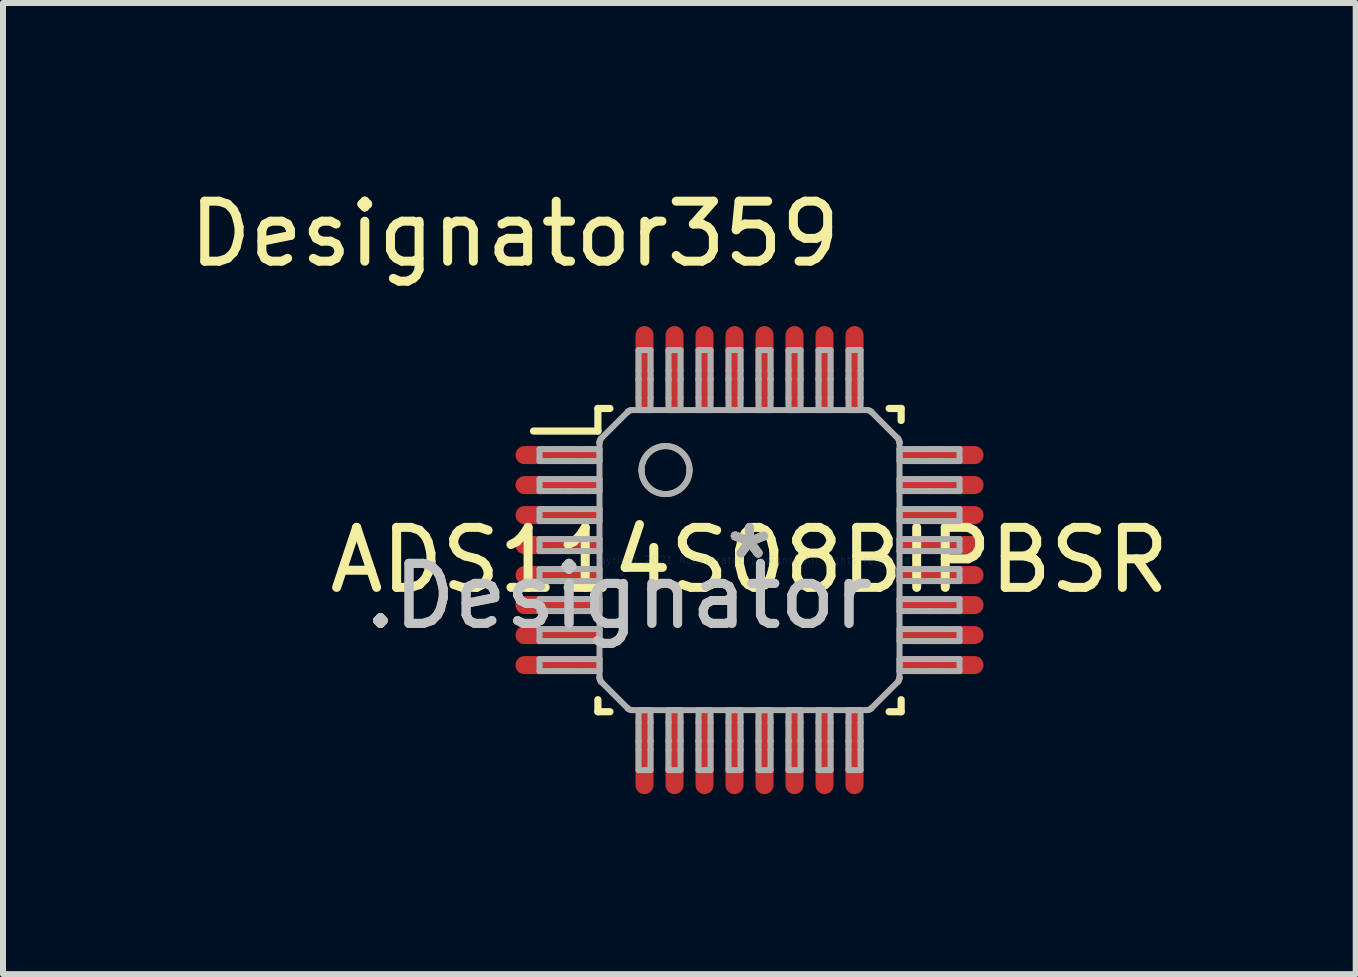
<source format=kicad_pcb>
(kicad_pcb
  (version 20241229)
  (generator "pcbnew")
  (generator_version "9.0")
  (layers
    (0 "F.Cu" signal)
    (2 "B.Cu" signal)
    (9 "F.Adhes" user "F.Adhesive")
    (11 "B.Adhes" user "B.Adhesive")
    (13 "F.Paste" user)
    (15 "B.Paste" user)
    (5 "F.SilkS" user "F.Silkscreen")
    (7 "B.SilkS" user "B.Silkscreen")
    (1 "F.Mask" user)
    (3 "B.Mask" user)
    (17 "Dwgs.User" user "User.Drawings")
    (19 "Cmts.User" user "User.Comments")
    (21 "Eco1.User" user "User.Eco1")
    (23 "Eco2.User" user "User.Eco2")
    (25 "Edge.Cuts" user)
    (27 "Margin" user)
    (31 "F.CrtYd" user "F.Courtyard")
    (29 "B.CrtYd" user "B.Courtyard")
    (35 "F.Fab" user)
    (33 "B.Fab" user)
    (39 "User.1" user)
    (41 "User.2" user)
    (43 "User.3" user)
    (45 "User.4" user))
  (footprint "ADS114S08BIPBSR"
    (layer "F.Cu")
    (at 9.441 6.284)
    (property "Reference" "ADS114S08BIPBSR" (at 0 0 0) (layer "F.SilkS") (effects (font (size 1 1) (thickness 0.15))))
    (attr through_hole)
    (fp_line (start -3.6 -2.15) (end -2.527 -2.15) (stroke (width 0.12) (type solid)) (layer "F.SilkS"))
    (fp_line (start -2.527 -2.527) (end -2.327 -2.527) (stroke (width 0.12) (type solid)) (layer "F.SilkS"))
    (fp_line (start -2.527 -2.15) (end -2.527 -2.527) (stroke (width 0.12) (type solid)) (layer "F.SilkS"))
    (fp_line (start -2.527 2.527) (end -2.527 2.327) (stroke (width 0.12) (type solid)) (layer "F.SilkS"))
    (fp_line (start -2.527 2.527) (end -2.327 2.527) (stroke (width 0.12) (type solid)) (layer "F.SilkS"))
    (fp_line (start 2.327 -2.527) (end 2.527 -2.527) (stroke (width 0.12) (type solid)) (layer "F.SilkS"))
    (fp_line (start 2.327 2.527) (end 2.527 2.527) (stroke (width 0.12) (type solid)) (layer "F.SilkS"))
    (fp_line (start 2.527 -2.327) (end 2.527 -2.527) (stroke (width 0.12) (type solid)) (layer "F.SilkS"))
    (fp_line (start 2.527 2.527) (end 2.527 2.327) (stroke (width 0.12) (type solid)) (layer "F.SilkS"))
    (fp_line (start -3.5 -1.85) (end -3.16 -1.85) (stroke (width 0.1) (type solid)) (layer "F.Fab"))
    (fp_line (start -3.5 -1.65) (end -3.5 -1.85) (stroke (width 0.1) (type solid)) (layer "F.Fab"))
    (fp_line (start -3.5 -1.65) (end -3.16 -1.65) (stroke (width 0.1) (type solid)) (layer "F.Fab"))
    (fp_line (start -3.5 -1.35) (end -3.16 -1.35) (stroke (width 0.1) (type solid)) (layer "F.Fab"))
    (fp_line (start -3.5 -1.15) (end -3.5 -1.35) (stroke (width 0.1) (type solid)) (layer "F.Fab"))
    (fp_line (start -3.5 -1.15) (end -3.16 -1.15) (stroke (width 0.1) (type solid)) (layer "F.Fab"))
    (fp_line (start -3.5 -0.85) (end -3.16 -0.85) (stroke (width 0.1) (type solid)) (layer "F.Fab"))
    (fp_line (start -3.5 -0.65) (end -3.5 -0.85) (stroke (width 0.1) (type solid)) (layer "F.Fab"))
    (fp_line (start -3.5 -0.65) (end -3.16 -0.65) (stroke (width 0.1) (type solid)) (layer "F.Fab"))
    (fp_line (start -3.5 -0.35) (end -3.16 -0.35) (stroke (width 0.1) (type solid)) (layer "F.Fab"))
    (fp_line (start -3.5 -0.15) (end -3.5 -0.35) (stroke (width 0.1) (type solid)) (layer "F.Fab"))
    (fp_line (start -3.5 -0.15) (end -3.16 -0.15) (stroke (width 0.1) (type solid)) (layer "F.Fab"))
    (fp_line (start -3.5 0.15) (end -3.16 0.15) (stroke (width 0.1) (type solid)) (layer "F.Fab"))
    (fp_line (start -3.5 0.35) (end -3.5 0.15) (stroke (width 0.1) (type solid)) (layer "F.Fab"))
    (fp_line (start -3.5 0.35) (end -3.16 0.35) (stroke (width 0.1) (type solid)) (layer "F.Fab"))
    (fp_line (start -3.5 0.65) (end -3.16 0.65) (stroke (width 0.1) (type solid)) (layer "F.Fab"))
    (fp_line (start -3.5 0.85) (end -3.5 0.65) (stroke (width 0.1) (type solid)) (layer "F.Fab"))
    (fp_line (start -3.5 0.85) (end -3.16 0.85) (stroke (width 0.1) (type solid)) (layer "F.Fab"))
    (fp_line (start -3.5 1.15) (end -3.16 1.15) (stroke (width 0.1) (type solid)) (layer "F.Fab"))
    (fp_line (start -3.5 1.35) (end -3.5 1.15) (stroke (width 0.1) (type solid)) (layer "F.Fab"))
    (fp_line (start -3.5 1.35) (end -3.16 1.35) (stroke (width 0.1) (type solid)) (layer "F.Fab"))
    (fp_line (start -3.5 1.65) (end -3.16 1.65) (stroke (width 0.1) (type solid)) (layer "F.Fab"))
    (fp_line (start -3.5 1.85) (end -3.5 1.65) (stroke (width 0.1) (type solid)) (layer "F.Fab"))
    (fp_line (start -3.5 1.85) (end -3.16 1.85) (stroke (width 0.1) (type solid)) (layer "F.Fab"))
    (fp_line (start -3.16 -1.85) (end -3.023 -1.85) (stroke (width 0.1) (type solid)) (layer "F.Fab"))
    (fp_line (start -3.16 -1.65) (end -3.023 -1.65) (stroke (width 0.1) (type solid)) (layer "F.Fab"))
    (fp_line (start -3.16 -1.35) (end -3.023 -1.35) (stroke (width 0.1) (type solid)) (layer "F.Fab"))
    (fp_line (start -3.16 -1.15) (end -3.023 -1.15) (stroke (width 0.1) (type solid)) (layer "F.Fab"))
    (fp_line (start -3.16 -0.85) (end -3.023 -0.85) (stroke (width 0.1) (type solid)) (layer "F.Fab"))
    (fp_line (start -3.16 -0.65) (end -3.023 -0.65) (stroke (width 0.1) (type solid)) (layer "F.Fab"))
    (fp_line (start -3.16 -0.35) (end -3.023 -0.35) (stroke (width 0.1) (type solid)) (layer "F.Fab"))
    (fp_line (start -3.16 -0.15) (end -3.023 -0.15) (stroke (width 0.1) (type solid)) (layer "F.Fab"))
    (fp_line (start -3.16 0.15) (end -3.023 0.15) (stroke (width 0.1) (type solid)) (layer "F.Fab"))
    (fp_line (start -3.16 0.35) (end -3.023 0.35) (stroke (width 0.1) (type solid)) (layer "F.Fab"))
    (fp_line (start -3.16 0.65) (end -3.023 0.65) (stroke (width 0.1) (type solid)) (layer "F.Fab"))
    (fp_line (start -3.16 0.85) (end -3.023 0.85) (stroke (width 0.1) (type solid)) (layer "F.Fab"))
    (fp_line (start -3.16 1.15) (end -3.023 1.15) (stroke (width 0.1) (type solid)) (layer "F.Fab"))
    (fp_line (start -3.16 1.35) (end -3.023 1.35) (stroke (width 0.1) (type solid)) (layer "F.Fab"))
    (fp_line (start -3.16 1.65) (end -3.023 1.65) (stroke (width 0.1) (type solid)) (layer "F.Fab"))
    (fp_line (start -3.16 1.85) (end -3.023 1.85) (stroke (width 0.1) (type solid)) (layer "F.Fab"))
    (fp_line (start -3.023 -1.85) (end -3.002 -1.85) (stroke (width 0.1) (type solid)) (layer "F.Fab"))
    (fp_line (start -3.023 -1.65) (end -3.002 -1.65) (stroke (width 0.1) (type solid)) (layer "F.Fab"))
    (fp_line (start -3.023 -1.35) (end -3.002 -1.35) (stroke (width 0.1) (type solid)) (layer "F.Fab"))
    (fp_line (start -3.023 -1.15) (end -3.002 -1.15) (stroke (width 0.1) (type solid)) (layer "F.Fab"))
    (fp_line (start -3.023 -0.85) (end -3.002 -0.85) (stroke (width 0.1) (type solid)) (layer "F.Fab"))
    (fp_line (start -3.023 -0.65) (end -3.002 -0.65) (stroke (width 0.1) (type solid)) (layer "F.Fab"))
    (fp_line (start -3.023 -0.35) (end -3.002 -0.35) (stroke (width 0.1) (type solid)) (layer "F.Fab"))
    (fp_line (start -3.023 -0.15) (end -3.002 -0.15) (stroke (width 0.1) (type solid)) (layer "F.Fab"))
    (fp_line (start -3.023 0.15) (end -3.002 0.15) (stroke (width 0.1) (type solid)) (layer "F.Fab"))
    (fp_line (start -3.023 0.35) (end -3.002 0.35) (stroke (width 0.1) (type solid)) (layer "F.Fab"))
    (fp_line (start -3.023 0.65) (end -3.002 0.65) (stroke (width 0.1) (type solid)) (layer "F.Fab"))
    (fp_line (start -3.023 0.85) (end -3.002 0.85) (stroke (width 0.1) (type solid)) (layer "F.Fab"))
    (fp_line (start -3.023 1.15) (end -3.002 1.15) (stroke (width 0.1) (type solid)) (layer "F.Fab"))
    (fp_line (start -3.023 1.35) (end -3.002 1.35) (stroke (width 0.1) (type solid)) (layer "F.Fab"))
    (fp_line (start -3.023 1.65) (end -3.002 1.65) (stroke (width 0.1) (type solid)) (layer "F.Fab"))
    (fp_line (start -3.023 1.85) (end -3.002 1.85) (stroke (width 0.1) (type solid)) (layer "F.Fab"))
    (fp_line (start -3.002 -1.85) (end -2.706 -1.85) (stroke (width 0.1) (type solid)) (layer "F.Fab"))
    (fp_line (start -3.002 -1.65) (end -2.706 -1.65) (stroke (width 0.1) (type solid)) (layer "F.Fab"))
    (fp_line (start -3.002 -1.35) (end -2.706 -1.35) (stroke (width 0.1) (type solid)) (layer "F.Fab"))
    (fp_line (start -3.002 -1.15) (end -2.706 -1.15) (stroke (width 0.1) (type solid)) (layer "F.Fab"))
    (fp_line (start -3.002 -0.85) (end -2.706 -0.85) (stroke (width 0.1) (type solid)) (layer "F.Fab"))
    (fp_line (start -3.002 -0.65) (end -2.706 -0.65) (stroke (width 0.1) (type solid)) (layer "F.Fab"))
    (fp_line (start -3.002 -0.35) (end -2.706 -0.35) (stroke (width 0.1) (type solid)) (layer "F.Fab"))
    (fp_line (start -3.002 -0.15) (end -2.706 -0.15) (stroke (width 0.1) (type solid)) (layer "F.Fab"))
    (fp_line (start -3.002 0.15) (end -2.706 0.15) (stroke (width 0.1) (type solid)) (layer "F.Fab"))
    (fp_line (start -3.002 0.35) (end -2.706 0.35) (stroke (width 0.1) (type solid)) (layer "F.Fab"))
    (fp_line (start -3.002 0.65) (end -2.706 0.65) (stroke (width 0.1) (type solid)) (layer "F.Fab"))
    (fp_line (start -3.002 0.85) (end -2.706 0.85) (stroke (width 0.1) (type solid)) (layer "F.Fab"))
    (fp_line (start -3.002 1.15) (end -2.706 1.15) (stroke (width 0.1) (type solid)) (layer "F.Fab"))
    (fp_line (start -3.002 1.35) (end -2.706 1.35) (stroke (width 0.1) (type solid)) (layer "F.Fab"))
    (fp_line (start -3.002 1.65) (end -2.706 1.65) (stroke (width 0.1) (type solid)) (layer "F.Fab"))
    (fp_line (start -3.002 1.85) (end -2.706 1.85) (stroke (width 0.1) (type solid)) (layer "F.Fab"))
    (fp_line (start -2.706 -1.85) (end -2.5 -1.85) (stroke (width 0.1) (type solid)) (layer "F.Fab"))
    (fp_line (start -2.706 -1.65) (end -2.5 -1.65) (stroke (width 0.1) (type solid)) (layer "F.Fab"))
    (fp_line (start -2.706 -1.35) (end -2.5 -1.35) (stroke (width 0.1) (type solid)) (layer "F.Fab"))
    (fp_line (start -2.706 -1.15) (end -2.5 -1.15) (stroke (width 0.1) (type solid)) (layer "F.Fab"))
    (fp_line (start -2.706 -0.85) (end -2.5 -0.85) (stroke (width 0.1) (type solid)) (layer "F.Fab"))
    (fp_line (start -2.706 -0.65) (end -2.5 -0.65) (stroke (width 0.1) (type solid)) (layer "F.Fab"))
    (fp_line (start -2.706 -0.35) (end -2.5 -0.35) (stroke (width 0.1) (type solid)) (layer "F.Fab"))
    (fp_line (start -2.706 -0.15) (end -2.5 -0.15) (stroke (width 0.1) (type solid)) (layer "F.Fab"))
    (fp_line (start -2.706 0.15) (end -2.5 0.15) (stroke (width 0.1) (type solid)) (layer "F.Fab"))
    (fp_line (start -2.706 0.35) (end -2.5 0.35) (stroke (width 0.1) (type solid)) (layer "F.Fab"))
    (fp_line (start -2.706 0.65) (end -2.5 0.65) (stroke (width 0.1) (type solid)) (layer "F.Fab"))
    (fp_line (start -2.706 0.85) (end -2.5 0.85) (stroke (width 0.1) (type solid)) (layer "F.Fab"))
    (fp_line (start -2.706 1.15) (end -2.5 1.15) (stroke (width 0.1) (type solid)) (layer "F.Fab"))
    (fp_line (start -2.706 1.35) (end -2.5 1.35) (stroke (width 0.1) (type solid)) (layer "F.Fab"))
    (fp_line (start -2.706 1.65) (end -2.5 1.65) (stroke (width 0.1) (type solid)) (layer "F.Fab"))
    (fp_line (start -2.706 1.85) (end -2.5 1.85) (stroke (width 0.1) (type solid)) (layer "F.Fab"))
    (fp_line (start -2.5 -1.959) (end -2.5 -1.959) (stroke (width 0.1) (type solid)) (layer "F.Fab"))
    (fp_line (start -2.5 -1.65) (end -2.5 -1.85) (stroke (width 0.1) (type solid)) (layer "F.Fab"))
    (fp_line (start -2.5 -1.15) (end -2.5 -1.35) (stroke (width 0.1) (type solid)) (layer "F.Fab"))
    (fp_line (start -2.5 -0.65) (end -2.5 -0.85) (stroke (width 0.1) (type solid)) (layer "F.Fab"))
    (fp_line (start -2.5 -0.15) (end -2.5 -0.35) (stroke (width 0.1) (type solid)) (layer "F.Fab"))
    (fp_line (start -2.5 0.35) (end -2.5 0.15) (stroke (width 0.1) (type solid)) (layer "F.Fab"))
    (fp_line (start -2.5 0.85) (end -2.5 0.65) (stroke (width 0.1) (type solid)) (layer "F.Fab"))
    (fp_line (start -2.5 1.35) (end -2.5 1.15) (stroke (width 0.1) (type solid)) (layer "F.Fab"))
    (fp_line (start -2.5 1.85) (end -2.5 1.65) (stroke (width 0.1) (type solid)) (layer "F.Fab"))
    (fp_line (start -2.5 1.959) (end -2.5 -1.959) (stroke (width 0.1) (type solid)) (layer "F.Fab"))
    (fp_line (start -2.5 1.959) (end -2.5 1.959) (stroke (width 0.1) (type solid)) (layer "F.Fab"))
    (fp_line (start -2.471 -2.029) (end -2.471 -2.029) (stroke (width 0.1) (type solid)) (layer "F.Fab"))
    (fp_line (start -2.471 2.029) (end -2.471 2.029) (stroke (width 0.1) (type solid)) (layer "F.Fab"))
    (fp_line (start -2.471 -2.029) (end -2.029 -2.471) (stroke (width 0.1) (type solid)) (layer "F.Fab"))
    (fp_line (start -2.471 2.029) (end -2.029 2.471) (stroke (width 0.1) (type solid)) (layer "F.Fab"))
    (fp_line (start -2.029 -2.471) (end -2.029 -2.471) (stroke (width 0.1) (type solid)) (layer "F.Fab"))
    (fp_line (start -2.029 2.471) (end -2.029 2.471) (stroke (width 0.1) (type solid)) (layer "F.Fab"))
    (fp_line (start -1.959 -2.5) (end -1.959 -2.5) (stroke (width 0.1) (type solid)) (layer "F.Fab"))
    (fp_line (start -1.959 2.5) (end -1.959 2.5) (stroke (width 0.1) (type solid)) (layer "F.Fab"))
    (fp_line (start -1.959 -2.5) (end 1.959 -2.5) (stroke (width 0.1) (type solid)) (layer "F.Fab"))
    (fp_line (start -1.959 2.5) (end 1.959 2.5) (stroke (width 0.1) (type solid)) (layer "F.Fab"))
    (fp_line (start -1.85 -3.5) (end -1.65 -3.5) (stroke (width 0.1) (type solid)) (layer "F.Fab"))
    (fp_line (start -1.85 -3.16) (end -1.85 -3.5) (stroke (width 0.1) (type solid)) (layer "F.Fab"))
    (fp_line (start -1.85 -3.023) (end -1.85 -3.16) (stroke (width 0.1) (type solid)) (layer "F.Fab"))
    (fp_line (start -1.85 -3.002) (end -1.85 -3.023) (stroke (width 0.1) (type solid)) (layer "F.Fab"))
    (fp_line (start -1.85 -2.706) (end -1.85 -3.002) (stroke (width 0.1) (type solid)) (layer "F.Fab"))
    (fp_line (start -1.85 -2.5) (end -1.85 -2.706) (stroke (width 0.1) (type solid)) (layer "F.Fab"))
    (fp_line (start -1.85 -2.5) (end -1.65 -2.5) (stroke (width 0.1) (type solid)) (layer "F.Fab"))
    (fp_line (start -1.85 2.5) (end -1.65 2.5) (stroke (width 0.1) (type solid)) (layer "F.Fab"))
    (fp_line (start -1.85 2.706) (end -1.85 2.5) (stroke (width 0.1) (type solid)) (layer "F.Fab"))
    (fp_line (start -1.85 3.002) (end -1.85 2.706) (stroke (width 0.1) (type solid)) (layer "F.Fab"))
    (fp_line (start -1.85 3.023) (end -1.85 3.002) (stroke (width 0.1) (type solid)) (layer "F.Fab"))
    (fp_line (start -1.85 3.16) (end -1.85 3.023) (stroke (width 0.1) (type solid)) (layer "F.Fab"))
    (fp_line (start -1.85 3.5) (end -1.85 3.16) (stroke (width 0.1) (type solid)) (layer "F.Fab"))
    (fp_line (start -1.85 3.5) (end -1.65 3.5) (stroke (width 0.1) (type solid)) (layer "F.Fab"))
    (fp_line (start -1.65 -3.16) (end -1.65 -3.5) (stroke (width 0.1) (type solid)) (layer "F.Fab"))
    (fp_line (start -1.65 -3.023) (end -1.65 -3.16) (stroke (width 0.1) (type solid)) (layer "F.Fab"))
    (fp_line (start -1.65 -3.002) (end -1.65 -3.023) (stroke (width 0.1) (type solid)) (layer "F.Fab"))
    (fp_line (start -1.65 -2.706) (end -1.65 -3.002) (stroke (width 0.1) (type solid)) (layer "F.Fab"))
    (fp_line (start -1.65 -2.5) (end -1.65 -2.706) (stroke (width 0.1) (type solid)) (layer "F.Fab"))
    (fp_line (start -1.65 2.706) (end -1.65 2.5) (stroke (width 0.1) (type solid)) (layer "F.Fab"))
    (fp_line (start -1.65 3.002) (end -1.65 2.706) (stroke (width 0.1) (type solid)) (layer "F.Fab"))
    (fp_line (start -1.65 3.023) (end -1.65 3.002) (stroke (width 0.1) (type solid)) (layer "F.Fab"))
    (fp_line (start -1.65 3.16) (end -1.65 3.023) (stroke (width 0.1) (type solid)) (layer "F.Fab"))
    (fp_line (start -1.65 3.5) (end -1.65 3.16) (stroke (width 0.1) (type solid)) (layer "F.Fab"))
    (fp_line (start -1.35 -3.5) (end -1.15 -3.5) (stroke (width 0.1) (type solid)) (layer "F.Fab"))
    (fp_line (start -1.35 -3.16) (end -1.35 -3.5) (stroke (width 0.1) (type solid)) (layer "F.Fab"))
    (fp_line (start -1.35 -3.023) (end -1.35 -3.16) (stroke (width 0.1) (type solid)) (layer "F.Fab"))
    (fp_line (start -1.35 -3.002) (end -1.35 -3.023) (stroke (width 0.1) (type solid)) (layer "F.Fab"))
    (fp_line (start -1.35 -2.706) (end -1.35 -3.002) (stroke (width 0.1) (type solid)) (layer "F.Fab"))
    (fp_line (start -1.35 -2.5) (end -1.35 -2.706) (stroke (width 0.1) (type solid)) (layer "F.Fab"))
    (fp_line (start -1.35 -2.5) (end -1.15 -2.5) (stroke (width 0.1) (type solid)) (layer "F.Fab"))
    (fp_line (start -1.35 2.5) (end -1.15 2.5) (stroke (width 0.1) (type solid)) (layer "F.Fab"))
    (fp_line (start -1.35 2.706) (end -1.35 2.5) (stroke (width 0.1) (type solid)) (layer "F.Fab"))
    (fp_line (start -1.35 3.002) (end -1.35 2.706) (stroke (width 0.1) (type solid)) (layer "F.Fab"))
    (fp_line (start -1.35 3.023) (end -1.35 3.002) (stroke (width 0.1) (type solid)) (layer "F.Fab"))
    (fp_line (start -1.35 3.16) (end -1.35 3.023) (stroke (width 0.1) (type solid)) (layer "F.Fab"))
    (fp_line (start -1.35 3.5) (end -1.35 3.16) (stroke (width 0.1) (type solid)) (layer "F.Fab"))
    (fp_line (start -1.35 3.5) (end -1.15 3.5) (stroke (width 0.1) (type solid)) (layer "F.Fab"))
    (fp_line (start -1.15 -3.16) (end -1.15 -3.5) (stroke (width 0.1) (type solid)) (layer "F.Fab"))
    (fp_line (start -1.15 -3.023) (end -1.15 -3.16) (stroke (width 0.1) (type solid)) (layer "F.Fab"))
    (fp_line (start -1.15 -3.002) (end -1.15 -3.023) (stroke (width 0.1) (type solid)) (layer "F.Fab"))
    (fp_line (start -1.15 -2.706) (end -1.15 -3.002) (stroke (width 0.1) (type solid)) (layer "F.Fab"))
    (fp_line (start -1.15 -2.5) (end -1.15 -2.706) (stroke (width 0.1) (type solid)) (layer "F.Fab"))
    (fp_line (start -1.15 2.706) (end -1.15 2.5) (stroke (width 0.1) (type solid)) (layer "F.Fab"))
    (fp_line (start -1.15 3.002) (end -1.15 2.706) (stroke (width 0.1) (type solid)) (layer "F.Fab"))
    (fp_line (start -1.15 3.023) (end -1.15 3.002) (stroke (width 0.1) (type solid)) (layer "F.Fab"))
    (fp_line (start -1.15 3.16) (end -1.15 3.023) (stroke (width 0.1) (type solid)) (layer "F.Fab"))
    (fp_line (start -1.15 3.5) (end -1.15 3.16) (stroke (width 0.1) (type solid)) (layer "F.Fab"))
    (fp_line (start -0.85 -3.5) (end -0.65 -3.5) (stroke (width 0.1) (type solid)) (layer "F.Fab"))
    (fp_line (start -0.85 -3.16) (end -0.85 -3.5) (stroke (width 0.1) (type solid)) (layer "F.Fab"))
    (fp_line (start -0.85 -3.023) (end -0.85 -3.16) (stroke (width 0.1) (type solid)) (layer "F.Fab"))
    (fp_line (start -0.85 -3.002) (end -0.85 -3.023) (stroke (width 0.1) (type solid)) (layer "F.Fab"))
    (fp_line (start -0.85 -2.706) (end -0.85 -3.002) (stroke (width 0.1) (type solid)) (layer "F.Fab"))
    (fp_line (start -0.85 -2.5) (end -0.85 -2.706) (stroke (width 0.1) (type solid)) (layer "F.Fab"))
    (fp_line (start -0.85 -2.5) (end -0.65 -2.5) (stroke (width 0.1) (type solid)) (layer "F.Fab"))
    (fp_line (start -0.85 2.5) (end -0.65 2.5) (stroke (width 0.1) (type solid)) (layer "F.Fab"))
    (fp_line (start -0.85 2.706) (end -0.85 2.5) (stroke (width 0.1) (type solid)) (layer "F.Fab"))
    (fp_line (start -0.85 3.002) (end -0.85 2.706) (stroke (width 0.1) (type solid)) (layer "F.Fab"))
    (fp_line (start -0.85 3.023) (end -0.85 3.002) (stroke (width 0.1) (type solid)) (layer "F.Fab"))
    (fp_line (start -0.85 3.16) (end -0.85 3.023) (stroke (width 0.1) (type solid)) (layer "F.Fab"))
    (fp_line (start -0.85 3.5) (end -0.85 3.16) (stroke (width 0.1) (type solid)) (layer "F.Fab"))
    (fp_line (start -0.85 3.5) (end -0.65 3.5) (stroke (width 0.1) (type solid)) (layer "F.Fab"))
    (fp_line (start -0.65 -3.16) (end -0.65 -3.5) (stroke (width 0.1) (type solid)) (layer "F.Fab"))
    (fp_line (start -0.65 -3.023) (end -0.65 -3.16) (stroke (width 0.1) (type solid)) (layer "F.Fab"))
    (fp_line (start -0.65 -3.002) (end -0.65 -3.023) (stroke (width 0.1) (type solid)) (layer "F.Fab"))
    (fp_line (start -0.65 -2.706) (end -0.65 -3.002) (stroke (width 0.1) (type solid)) (layer "F.Fab"))
    (fp_line (start -0.65 -2.5) (end -0.65 -2.706) (stroke (width 0.1) (type solid)) (layer "F.Fab"))
    (fp_line (start -0.65 2.706) (end -0.65 2.5) (stroke (width 0.1) (type solid)) (layer "F.Fab"))
    (fp_line (start -0.65 3.002) (end -0.65 2.706) (stroke (width 0.1) (type solid)) (layer "F.Fab"))
    (fp_line (start -0.65 3.023) (end -0.65 3.002) (stroke (width 0.1) (type solid)) (layer "F.Fab"))
    (fp_line (start -0.65 3.16) (end -0.65 3.023) (stroke (width 0.1) (type solid)) (layer "F.Fab"))
    (fp_line (start -0.65 3.5) (end -0.65 3.16) (stroke (width 0.1) (type solid)) (layer "F.Fab"))
    (fp_line (start -0.35 -3.5) (end -0.15 -3.5) (stroke (width 0.1) (type solid)) (layer "F.Fab"))
    (fp_line (start -0.35 -3.16) (end -0.35 -3.5) (stroke (width 0.1) (type solid)) (layer "F.Fab"))
    (fp_line (start -0.35 -3.023) (end -0.35 -3.16) (stroke (width 0.1) (type solid)) (layer "F.Fab"))
    (fp_line (start -0.35 -3.002) (end -0.35 -3.023) (stroke (width 0.1) (type solid)) (layer "F.Fab"))
    (fp_line (start -0.35 -2.706) (end -0.35 -3.002) (stroke (width 0.1) (type solid)) (layer "F.Fab"))
    (fp_line (start -0.35 -2.5) (end -0.35 -2.706) (stroke (width 0.1) (type solid)) (layer "F.Fab"))
    (fp_line (start -0.35 -2.5) (end -0.15 -2.5) (stroke (width 0.1) (type solid)) (layer "F.Fab"))
    (fp_line (start -0.35 2.5) (end -0.15 2.5) (stroke (width 0.1) (type solid)) (layer "F.Fab"))
    (fp_line (start -0.35 2.706) (end -0.35 2.5) (stroke (width 0.1) (type solid)) (layer "F.Fab"))
    (fp_line (start -0.35 3.002) (end -0.35 2.706) (stroke (width 0.1) (type solid)) (layer "F.Fab"))
    (fp_line (start -0.35 3.023) (end -0.35 3.002) (stroke (width 0.1) (type solid)) (layer "F.Fab"))
    (fp_line (start -0.35 3.16) (end -0.35 3.023) (stroke (width 0.1) (type solid)) (layer "F.Fab"))
    (fp_line (start -0.35 3.5) (end -0.35 3.16) (stroke (width 0.1) (type solid)) (layer "F.Fab"))
    (fp_line (start -0.35 3.5) (end -0.15 3.5) (stroke (width 0.1) (type solid)) (layer "F.Fab"))
    (fp_line (start -0.15 -3.16) (end -0.15 -3.5) (stroke (width 0.1) (type solid)) (layer "F.Fab"))
    (fp_line (start -0.15 -3.023) (end -0.15 -3.16) (stroke (width 0.1) (type solid)) (layer "F.Fab"))
    (fp_line (start -0.15 -3.002) (end -0.15 -3.023) (stroke (width 0.1) (type solid)) (layer "F.Fab"))
    (fp_line (start -0.15 -2.706) (end -0.15 -3.002) (stroke (width 0.1) (type solid)) (layer "F.Fab"))
    (fp_line (start -0.15 -2.5) (end -0.15 -2.706) (stroke (width 0.1) (type solid)) (layer "F.Fab"))
    (fp_line (start -0.15 2.706) (end -0.15 2.5) (stroke (width 0.1) (type solid)) (layer "F.Fab"))
    (fp_line (start -0.15 3.002) (end -0.15 2.706) (stroke (width 0.1) (type solid)) (layer "F.Fab"))
    (fp_line (start -0.15 3.023) (end -0.15 3.002) (stroke (width 0.1) (type solid)) (layer "F.Fab"))
    (fp_line (start -0.15 3.16) (end -0.15 3.023) (stroke (width 0.1) (type solid)) (layer "F.Fab"))
    (fp_line (start -0.15 3.5) (end -0.15 3.16) (stroke (width 0.1) (type solid)) (layer "F.Fab"))
    (fp_line (start 0.15 -3.5) (end 0.35 -3.5) (stroke (width 0.1) (type solid)) (layer "F.Fab"))
    (fp_line (start 0.15 -3.16) (end 0.15 -3.5) (stroke (width 0.1) (type solid)) (layer "F.Fab"))
    (fp_line (start 0.15 -3.023) (end 0.15 -3.16) (stroke (width 0.1) (type solid)) (layer "F.Fab"))
    (fp_line (start 0.15 -3.002) (end 0.15 -3.023) (stroke (width 0.1) (type solid)) (layer "F.Fab"))
    (fp_line (start 0.15 -2.706) (end 0.15 -3.002) (stroke (width 0.1) (type solid)) (layer "F.Fab"))
    (fp_line (start 0.15 -2.5) (end 0.15 -2.706) (stroke (width 0.1) (type solid)) (layer "F.Fab"))
    (fp_line (start 0.15 -2.5) (end 0.35 -2.5) (stroke (width 0.1) (type solid)) (layer "F.Fab"))
    (fp_line (start 0.15 2.5) (end 0.35 2.5) (stroke (width 0.1) (type solid)) (layer "F.Fab"))
    (fp_line (start 0.15 2.706) (end 0.15 2.5) (stroke (width 0.1) (type solid)) (layer "F.Fab"))
    (fp_line (start 0.15 3.002) (end 0.15 2.706) (stroke (width 0.1) (type solid)) (layer "F.Fab"))
    (fp_line (start 0.15 3.023) (end 0.15 3.002) (stroke (width 0.1) (type solid)) (layer "F.Fab"))
    (fp_line (start 0.15 3.16) (end 0.15 3.023) (stroke (width 0.1) (type solid)) (layer "F.Fab"))
    (fp_line (start 0.15 3.5) (end 0.15 3.16) (stroke (width 0.1) (type solid)) (layer "F.Fab"))
    (fp_line (start 0.15 3.5) (end 0.35 3.5) (stroke (width 0.1) (type solid)) (layer "F.Fab"))
    (fp_line (start 0.35 -3.16) (end 0.35 -3.5) (stroke (width 0.1) (type solid)) (layer "F.Fab"))
    (fp_line (start 0.35 -3.023) (end 0.35 -3.16) (stroke (width 0.1) (type solid)) (layer "F.Fab"))
    (fp_line (start 0.35 -3.002) (end 0.35 -3.023) (stroke (width 0.1) (type solid)) (layer "F.Fab"))
    (fp_line (start 0.35 -2.706) (end 0.35 -3.002) (stroke (width 0.1) (type solid)) (layer "F.Fab"))
    (fp_line (start 0.35 -2.5) (end 0.35 -2.706) (stroke (width 0.1) (type solid)) (layer "F.Fab"))
    (fp_line (start 0.35 2.706) (end 0.35 2.5) (stroke (width 0.1) (type solid)) (layer "F.Fab"))
    (fp_line (start 0.35 3.002) (end 0.35 2.706) (stroke (width 0.1) (type solid)) (layer "F.Fab"))
    (fp_line (start 0.35 3.023) (end 0.35 3.002) (stroke (width 0.1) (type solid)) (layer "F.Fab"))
    (fp_line (start 0.35 3.16) (end 0.35 3.023) (stroke (width 0.1) (type solid)) (layer "F.Fab"))
    (fp_line (start 0.35 3.5) (end 0.35 3.16) (stroke (width 0.1) (type solid)) (layer "F.Fab"))
    (fp_line (start 0.65 -3.5) (end 0.85 -3.5) (stroke (width 0.1) (type solid)) (layer "F.Fab"))
    (fp_line (start 0.65 -3.16) (end 0.65 -3.5) (stroke (width 0.1) (type solid)) (layer "F.Fab"))
    (fp_line (start 0.65 -3.023) (end 0.65 -3.16) (stroke (width 0.1) (type solid)) (layer "F.Fab"))
    (fp_line (start 0.65 -3.002) (end 0.65 -3.023) (stroke (width 0.1) (type solid)) (layer "F.Fab"))
    (fp_line (start 0.65 -2.706) (end 0.65 -3.002) (stroke (width 0.1) (type solid)) (layer "F.Fab"))
    (fp_line (start 0.65 -2.5) (end 0.65 -2.706) (stroke (width 0.1) (type solid)) (layer "F.Fab"))
    (fp_line (start 0.65 -2.5) (end 0.85 -2.5) (stroke (width 0.1) (type solid)) (layer "F.Fab"))
    (fp_line (start 0.65 2.5) (end 0.85 2.5) (stroke (width 0.1) (type solid)) (layer "F.Fab"))
    (fp_line (start 0.65 2.706) (end 0.65 2.5) (stroke (width 0.1) (type solid)) (layer "F.Fab"))
    (fp_line (start 0.65 3.002) (end 0.65 2.706) (stroke (width 0.1) (type solid)) (layer "F.Fab"))
    (fp_line (start 0.65 3.023) (end 0.65 3.002) (stroke (width 0.1) (type solid)) (layer "F.Fab"))
    (fp_line (start 0.65 3.16) (end 0.65 3.023) (stroke (width 0.1) (type solid)) (layer "F.Fab"))
    (fp_line (start 0.65 3.5) (end 0.65 3.16) (stroke (width 0.1) (type solid)) (layer "F.Fab"))
    (fp_line (start 0.65 3.5) (end 0.85 3.5) (stroke (width 0.1) (type solid)) (layer "F.Fab"))
    (fp_line (start 0.85 -3.16) (end 0.85 -3.5) (stroke (width 0.1) (type solid)) (layer "F.Fab"))
    (fp_line (start 0.85 -3.023) (end 0.85 -3.16) (stroke (width 0.1) (type solid)) (layer "F.Fab"))
    (fp_line (start 0.85 -3.002) (end 0.85 -3.023) (stroke (width 0.1) (type solid)) (layer "F.Fab"))
    (fp_line (start 0.85 -2.706) (end 0.85 -3.002) (stroke (width 0.1) (type solid)) (layer "F.Fab"))
    (fp_line (start 0.85 -2.5) (end 0.85 -2.706) (stroke (width 0.1) (type solid)) (layer "F.Fab"))
    (fp_line (start 0.85 2.706) (end 0.85 2.5) (stroke (width 0.1) (type solid)) (layer "F.Fab"))
    (fp_line (start 0.85 3.002) (end 0.85 2.706) (stroke (width 0.1) (type solid)) (layer "F.Fab"))
    (fp_line (start 0.85 3.023) (end 0.85 3.002) (stroke (width 0.1) (type solid)) (layer "F.Fab"))
    (fp_line (start 0.85 3.16) (end 0.85 3.023) (stroke (width 0.1) (type solid)) (layer "F.Fab"))
    (fp_line (start 0.85 3.5) (end 0.85 3.16) (stroke (width 0.1) (type solid)) (layer "F.Fab"))
    (fp_line (start 1.15 -3.5) (end 1.35 -3.5) (stroke (width 0.1) (type solid)) (layer "F.Fab"))
    (fp_line (start 1.15 -3.16) (end 1.15 -3.5) (stroke (width 0.1) (type solid)) (layer "F.Fab"))
    (fp_line (start 1.15 -3.023) (end 1.15 -3.16) (stroke (width 0.1) (type solid)) (layer "F.Fab"))
    (fp_line (start 1.15 -3.002) (end 1.15 -3.023) (stroke (width 0.1) (type solid)) (layer "F.Fab"))
    (fp_line (start 1.15 -2.706) (end 1.15 -3.002) (stroke (width 0.1) (type solid)) (layer "F.Fab"))
    (fp_line (start 1.15 -2.5) (end 1.15 -2.706) (stroke (width 0.1) (type solid)) (layer "F.Fab"))
    (fp_line (start 1.15 -2.5) (end 1.35 -2.5) (stroke (width 0.1) (type solid)) (layer "F.Fab"))
    (fp_line (start 1.15 2.5) (end 1.35 2.5) (stroke (width 0.1) (type solid)) (layer "F.Fab"))
    (fp_line (start 1.15 2.706) (end 1.15 2.5) (stroke (width 0.1) (type solid)) (layer "F.Fab"))
    (fp_line (start 1.15 3.002) (end 1.15 2.706) (stroke (width 0.1) (type solid)) (layer "F.Fab"))
    (fp_line (start 1.15 3.023) (end 1.15 3.002) (stroke (width 0.1) (type solid)) (layer "F.Fab"))
    (fp_line (start 1.15 3.16) (end 1.15 3.023) (stroke (width 0.1) (type solid)) (layer "F.Fab"))
    (fp_line (start 1.15 3.5) (end 1.15 3.16) (stroke (width 0.1) (type solid)) (layer "F.Fab"))
    (fp_line (start 1.15 3.5) (end 1.35 3.5) (stroke (width 0.1) (type solid)) (layer "F.Fab"))
    (fp_line (start 1.35 -3.16) (end 1.35 -3.5) (stroke (width 0.1) (type solid)) (layer "F.Fab"))
    (fp_line (start 1.35 -3.023) (end 1.35 -3.16) (stroke (width 0.1) (type solid)) (layer "F.Fab"))
    (fp_line (start 1.35 -3.002) (end 1.35 -3.023) (stroke (width 0.1) (type solid)) (layer "F.Fab"))
    (fp_line (start 1.35 -2.706) (end 1.35 -3.002) (stroke (width 0.1) (type solid)) (layer "F.Fab"))
    (fp_line (start 1.35 -2.5) (end 1.35 -2.706) (stroke (width 0.1) (type solid)) (layer "F.Fab"))
    (fp_line (start 1.35 2.706) (end 1.35 2.5) (stroke (width 0.1) (type solid)) (layer "F.Fab"))
    (fp_line (start 1.35 3.002) (end 1.35 2.706) (stroke (width 0.1) (type solid)) (layer "F.Fab"))
    (fp_line (start 1.35 3.023) (end 1.35 3.002) (stroke (width 0.1) (type solid)) (layer "F.Fab"))
    (fp_line (start 1.35 3.16) (end 1.35 3.023) (stroke (width 0.1) (type solid)) (layer "F.Fab"))
    (fp_line (start 1.35 3.5) (end 1.35 3.16) (stroke (width 0.1) (type solid)) (layer "F.Fab"))
    (fp_line (start 1.65 -3.5) (end 1.85 -3.5) (stroke (width 0.1) (type solid)) (layer "F.Fab"))
    (fp_line (start 1.65 -3.16) (end 1.65 -3.5) (stroke (width 0.1) (type solid)) (layer "F.Fab"))
    (fp_line (start 1.65 -3.023) (end 1.65 -3.16) (stroke (width 0.1) (type solid)) (layer "F.Fab"))
    (fp_line (start 1.65 -3.002) (end 1.65 -3.023) (stroke (width 0.1) (type solid)) (layer "F.Fab"))
    (fp_line (start 1.65 -2.706) (end 1.65 -3.002) (stroke (width 0.1) (type solid)) (layer "F.Fab"))
    (fp_line (start 1.65 -2.5) (end 1.65 -2.706) (stroke (width 0.1) (type solid)) (layer "F.Fab"))
    (fp_line (start 1.65 -2.5) (end 1.85 -2.5) (stroke (width 0.1) (type solid)) (layer "F.Fab"))
    (fp_line (start 1.65 2.5) (end 1.85 2.5) (stroke (width 0.1) (type solid)) (layer "F.Fab"))
    (fp_line (start 1.65 2.706) (end 1.65 2.5) (stroke (width 0.1) (type solid)) (layer "F.Fab"))
    (fp_line (start 1.65 3.002) (end 1.65 2.706) (stroke (width 0.1) (type solid)) (layer "F.Fab"))
    (fp_line (start 1.65 3.023) (end 1.65 3.002) (stroke (width 0.1) (type solid)) (layer "F.Fab"))
    (fp_line (start 1.65 3.16) (end 1.65 3.023) (stroke (width 0.1) (type solid)) (layer "F.Fab"))
    (fp_line (start 1.65 3.5) (end 1.65 3.16) (stroke (width 0.1) (type solid)) (layer "F.Fab"))
    (fp_line (start 1.65 3.5) (end 1.85 3.5) (stroke (width 0.1) (type solid)) (layer "F.Fab"))
    (fp_line (start 1.85 -3.16) (end 1.85 -3.5) (stroke (width 0.1) (type solid)) (layer "F.Fab"))
    (fp_line (start 1.85 -3.023) (end 1.85 -3.16) (stroke (width 0.1) (type solid)) (layer "F.Fab"))
    (fp_line (start 1.85 -3.002) (end 1.85 -3.023) (stroke (width 0.1) (type solid)) (layer "F.Fab"))
    (fp_line (start 1.85 -2.706) (end 1.85 -3.002) (stroke (width 0.1) (type solid)) (layer "F.Fab"))
    (fp_line (start 1.85 -2.5) (end 1.85 -2.706) (stroke (width 0.1) (type solid)) (layer "F.Fab"))
    (fp_line (start 1.85 2.706) (end 1.85 2.5) (stroke (width 0.1) (type solid)) (layer "F.Fab"))
    (fp_line (start 1.85 3.002) (end 1.85 2.706) (stroke (width 0.1) (type solid)) (layer "F.Fab"))
    (fp_line (start 1.85 3.023) (end 1.85 3.002) (stroke (width 0.1) (type solid)) (layer "F.Fab"))
    (fp_line (start 1.85 3.16) (end 1.85 3.023) (stroke (width 0.1) (type solid)) (layer "F.Fab"))
    (fp_line (start 1.85 3.5) (end 1.85 3.16) (stroke (width 0.1) (type solid)) (layer "F.Fab"))
    (fp_line (start 1.959 -2.5) (end 1.959 -2.5) (stroke (width 0.1) (type solid)) (layer "F.Fab"))
    (fp_line (start 1.959 2.5) (end 1.959 2.5) (stroke (width 0.1) (type solid)) (layer "F.Fab"))
    (fp_line (start 2.029 -2.471) (end 2.029 -2.471) (stroke (width 0.1) (type solid)) (layer "F.Fab"))
    (fp_line (start 2.029 2.471) (end 2.029 2.471) (stroke (width 0.1) (type solid)) (layer "F.Fab"))
    (fp_line (start 2.029 -2.471) (end 2.471 -2.029) (stroke (width 0.1) (type solid)) (layer "F.Fab"))
    (fp_line (start 2.029 2.471) (end 2.471 2.029) (stroke (width 0.1) (type solid)) (layer "F.Fab"))
    (fp_line (start 2.471 -2.029) (end 2.471 -2.029) (stroke (width 0.1) (type solid)) (layer "F.Fab"))
    (fp_line (start 2.471 2.029) (end 2.471 2.029) (stroke (width 0.1) (type solid)) (layer "F.Fab"))
    (fp_line (start 2.5 -1.959) (end 2.5 -1.959) (stroke (width 0.1) (type solid)) (layer "F.Fab"))
    (fp_line (start 2.5 1.959) (end 2.5 1.959) (stroke (width 0.1) (type solid)) (layer "F.Fab"))
    (fp_line (start 2.5 -1.85) (end 2.706 -1.85) (stroke (width 0.1) (type solid)) (layer "F.Fab"))
    (fp_line (start 2.5 -1.65) (end 2.5 -1.85) (stroke (width 0.1) (type solid)) (layer "F.Fab"))
    (fp_line (start 2.5 -1.65) (end 2.706 -1.65) (stroke (width 0.1) (type solid)) (layer "F.Fab"))
    (fp_line (start 2.5 -1.35) (end 2.706 -1.35) (stroke (width 0.1) (type solid)) (layer "F.Fab"))
    (fp_line (start 2.5 -1.15) (end 2.5 -1.35) (stroke (width 0.1) (type solid)) (layer "F.Fab"))
    (fp_line (start 2.5 -1.15) (end 2.706 -1.15) (stroke (width 0.1) (type solid)) (layer "F.Fab"))
    (fp_line (start 2.5 -0.85) (end 2.706 -0.85) (stroke (width 0.1) (type solid)) (layer "F.Fab"))
    (fp_line (start 2.5 -0.65) (end 2.5 -0.85) (stroke (width 0.1) (type solid)) (layer "F.Fab"))
    (fp_line (start 2.5 -0.65) (end 2.706 -0.65) (stroke (width 0.1) (type solid)) (layer "F.Fab"))
    (fp_line (start 2.5 -0.35) (end 2.706 -0.35) (stroke (width 0.1) (type solid)) (layer "F.Fab"))
    (fp_line (start 2.5 -0.15) (end 2.5 -0.35) (stroke (width 0.1) (type solid)) (layer "F.Fab"))
    (fp_line (start 2.5 -0.15) (end 2.706 -0.15) (stroke (width 0.1) (type solid)) (layer "F.Fab"))
    (fp_line (start 2.5 0.15) (end 2.706 0.15) (stroke (width 0.1) (type solid)) (layer "F.Fab"))
    (fp_line (start 2.5 0.35) (end 2.5 0.15) (stroke (width 0.1) (type solid)) (layer "F.Fab"))
    (fp_line (start 2.5 0.35) (end 2.706 0.35) (stroke (width 0.1) (type solid)) (layer "F.Fab"))
    (fp_line (start 2.5 0.65) (end 2.706 0.65) (stroke (width 0.1) (type solid)) (layer "F.Fab"))
    (fp_line (start 2.5 0.85) (end 2.5 0.65) (stroke (width 0.1) (type solid)) (layer "F.Fab"))
    (fp_line (start 2.5 0.85) (end 2.706 0.85) (stroke (width 0.1) (type solid)) (layer "F.Fab"))
    (fp_line (start 2.5 1.15) (end 2.706 1.15) (stroke (width 0.1) (type solid)) (layer "F.Fab"))
    (fp_line (start 2.5 1.35) (end 2.5 1.15) (stroke (width 0.1) (type solid)) (layer "F.Fab"))
    (fp_line (start 2.5 1.35) (end 2.706 1.35) (stroke (width 0.1) (type solid)) (layer "F.Fab"))
    (fp_line (start 2.5 1.65) (end 2.706 1.65) (stroke (width 0.1) (type solid)) (layer "F.Fab"))
    (fp_line (start 2.5 1.85) (end 2.5 1.65) (stroke (width 0.1) (type solid)) (layer "F.Fab"))
    (fp_line (start 2.5 1.85) (end 2.706 1.85) (stroke (width 0.1) (type solid)) (layer "F.Fab"))
    (fp_line (start 2.5 1.959) (end 2.5 -1.959) (stroke (width 0.1) (type solid)) (layer "F.Fab"))
    (fp_line (start 2.706 -1.85) (end 3.002 -1.85) (stroke (width 0.1) (type solid)) (layer "F.Fab"))
    (fp_line (start 2.706 -1.65) (end 3.002 -1.65) (stroke (width 0.1) (type solid)) (layer "F.Fab"))
    (fp_line (start 2.706 -1.35) (end 3.002 -1.35) (stroke (width 0.1) (type solid)) (layer "F.Fab"))
    (fp_line (start 2.706 -1.15) (end 3.002 -1.15) (stroke (width 0.1) (type solid)) (layer "F.Fab"))
    (fp_line (start 2.706 -0.85) (end 3.002 -0.85) (stroke (width 0.1) (type solid)) (layer "F.Fab"))
    (fp_line (start 2.706 -0.65) (end 3.002 -0.65) (stroke (width 0.1) (type solid)) (layer "F.Fab"))
    (fp_line (start 2.706 -0.35) (end 3.002 -0.35) (stroke (width 0.1) (type solid)) (layer "F.Fab"))
    (fp_line (start 2.706 -0.15) (end 3.002 -0.15) (stroke (width 0.1) (type solid)) (layer "F.Fab"))
    (fp_line (start 2.706 0.15) (end 3.002 0.15) (stroke (width 0.1) (type solid)) (layer "F.Fab"))
    (fp_line (start 2.706 0.35) (end 3.002 0.35) (stroke (width 0.1) (type solid)) (layer "F.Fab"))
    (fp_line (start 2.706 0.65) (end 3.002 0.65) (stroke (width 0.1) (type solid)) (layer "F.Fab"))
    (fp_line (start 2.706 0.85) (end 3.002 0.85) (stroke (width 0.1) (type solid)) (layer "F.Fab"))
    (fp_line (start 2.706 1.15) (end 3.002 1.15) (stroke (width 0.1) (type solid)) (layer "F.Fab"))
    (fp_line (start 2.706 1.35) (end 3.002 1.35) (stroke (width 0.1) (type solid)) (layer "F.Fab"))
    (fp_line (start 2.706 1.65) (end 3.002 1.65) (stroke (width 0.1) (type solid)) (layer "F.Fab"))
    (fp_line (start 2.706 1.85) (end 3.002 1.85) (stroke (width 0.1) (type solid)) (layer "F.Fab"))
    (fp_line (start 3.002 -1.85) (end 3.023 -1.85) (stroke (width 0.1) (type solid)) (layer "F.Fab"))
    (fp_line (start 3.002 -1.65) (end 3.023 -1.65) (stroke (width 0.1) (type solid)) (layer "F.Fab"))
    (fp_line (start 3.002 -1.35) (end 3.023 -1.35) (stroke (width 0.1) (type solid)) (layer "F.Fab"))
    (fp_line (start 3.002 -1.15) (end 3.023 -1.15) (stroke (width 0.1) (type solid)) (layer "F.Fab"))
    (fp_line (start 3.002 -0.85) (end 3.023 -0.85) (stroke (width 0.1) (type solid)) (layer "F.Fab"))
    (fp_line (start 3.002 -0.65) (end 3.023 -0.65) (stroke (width 0.1) (type solid)) (layer "F.Fab"))
    (fp_line (start 3.002 -0.35) (end 3.023 -0.35) (stroke (width 0.1) (type solid)) (layer "F.Fab"))
    (fp_line (start 3.002 -0.15) (end 3.023 -0.15) (stroke (width 0.1) (type solid)) (layer "F.Fab"))
    (fp_line (start 3.002 0.15) (end 3.023 0.15) (stroke (width 0.1) (type solid)) (layer "F.Fab"))
    (fp_line (start 3.002 0.35) (end 3.023 0.35) (stroke (width 0.1) (type solid)) (layer "F.Fab"))
    (fp_line (start 3.002 0.65) (end 3.023 0.65) (stroke (width 0.1) (type solid)) (layer "F.Fab"))
    (fp_line (start 3.002 0.85) (end 3.023 0.85) (stroke (width 0.1) (type solid)) (layer "F.Fab"))
    (fp_line (start 3.002 1.15) (end 3.023 1.15) (stroke (width 0.1) (type solid)) (layer "F.Fab"))
    (fp_line (start 3.002 1.35) (end 3.023 1.35) (stroke (width 0.1) (type solid)) (layer "F.Fab"))
    (fp_line (start 3.002 1.65) (end 3.023 1.65) (stroke (width 0.1) (type solid)) (layer "F.Fab"))
    (fp_line (start 3.002 1.85) (end 3.023 1.85) (stroke (width 0.1) (type solid)) (layer "F.Fab"))
    (fp_line (start 3.023 -1.85) (end 3.16 -1.85) (stroke (width 0.1) (type solid)) (layer "F.Fab"))
    (fp_line (start 3.023 -1.65) (end 3.16 -1.65) (stroke (width 0.1) (type solid)) (layer "F.Fab"))
    (fp_line (start 3.023 -1.35) (end 3.16 -1.35) (stroke (width 0.1) (type solid)) (layer "F.Fab"))
    (fp_line (start 3.023 -1.15) (end 3.16 -1.15) (stroke (width 0.1) (type solid)) (layer "F.Fab"))
    (fp_line (start 3.023 -0.85) (end 3.16 -0.85) (stroke (width 0.1) (type solid)) (layer "F.Fab"))
    (fp_line (start 3.023 -0.65) (end 3.16 -0.65) (stroke (width 0.1) (type solid)) (layer "F.Fab"))
    (fp_line (start 3.023 -0.35) (end 3.16 -0.35) (stroke (width 0.1) (type solid)) (layer "F.Fab"))
    (fp_line (start 3.023 -0.15) (end 3.16 -0.15) (stroke (width 0.1) (type solid)) (layer "F.Fab"))
    (fp_line (start 3.023 0.15) (end 3.16 0.15) (stroke (width 0.1) (type solid)) (layer "F.Fab"))
    (fp_line (start 3.023 0.35) (end 3.16 0.35) (stroke (width 0.1) (type solid)) (layer "F.Fab"))
    (fp_line (start 3.023 0.65) (end 3.16 0.65) (stroke (width 0.1) (type solid)) (layer "F.Fab"))
    (fp_line (start 3.023 0.85) (end 3.16 0.85) (stroke (width 0.1) (type solid)) (layer "F.Fab"))
    (fp_line (start 3.023 1.15) (end 3.16 1.15) (stroke (width 0.1) (type solid)) (layer "F.Fab"))
    (fp_line (start 3.023 1.35) (end 3.16 1.35) (stroke (width 0.1) (type solid)) (layer "F.Fab"))
    (fp_line (start 3.023 1.65) (end 3.16 1.65) (stroke (width 0.1) (type solid)) (layer "F.Fab"))
    (fp_line (start 3.023 1.85) (end 3.16 1.85) (stroke (width 0.1) (type solid)) (layer "F.Fab"))
    (fp_line (start 3.16 -1.85) (end 3.5 -1.85) (stroke (width 0.1) (type solid)) (layer "F.Fab"))
    (fp_line (start 3.16 -1.65) (end 3.5 -1.65) (stroke (width 0.1) (type solid)) (layer "F.Fab"))
    (fp_line (start 3.16 -1.35) (end 3.5 -1.35) (stroke (width 0.1) (type solid)) (layer "F.Fab"))
    (fp_line (start 3.16 -1.15) (end 3.5 -1.15) (stroke (width 0.1) (type solid)) (layer "F.Fab"))
    (fp_line (start 3.16 -0.85) (end 3.5 -0.85) (stroke (width 0.1) (type solid)) (layer "F.Fab"))
    (fp_line (start 3.16 -0.65) (end 3.5 -0.65) (stroke (width 0.1) (type solid)) (layer "F.Fab"))
    (fp_line (start 3.16 -0.35) (end 3.5 -0.35) (stroke (width 0.1) (type solid)) (layer "F.Fab"))
    (fp_line (start 3.16 -0.15) (end 3.5 -0.15) (stroke (width 0.1) (type solid)) (layer "F.Fab"))
    (fp_line (start 3.16 0.15) (end 3.5 0.15) (stroke (width 0.1) (type solid)) (layer "F.Fab"))
    (fp_line (start 3.16 0.35) (end 3.5 0.35) (stroke (width 0.1) (type solid)) (layer "F.Fab"))
    (fp_line (start 3.16 0.65) (end 3.5 0.65) (stroke (width 0.1) (type solid)) (layer "F.Fab"))
    (fp_line (start 3.16 0.85) (end 3.5 0.85) (stroke (width 0.1) (type solid)) (layer "F.Fab"))
    (fp_line (start 3.16 1.15) (end 3.5 1.15) (stroke (width 0.1) (type solid)) (layer "F.Fab"))
    (fp_line (start 3.16 1.35) (end 3.5 1.35) (stroke (width 0.1) (type solid)) (layer "F.Fab"))
    (fp_line (start 3.16 1.65) (end 3.5 1.65) (stroke (width 0.1) (type solid)) (layer "F.Fab"))
    (fp_line (start 3.16 1.85) (end 3.5 1.85) (stroke (width 0.1) (type solid)) (layer "F.Fab"))
    (fp_line (start 3.5 -1.65) (end 3.5 -1.85) (stroke (width 0.1) (type solid)) (layer "F.Fab"))
    (fp_line (start 3.5 -1.15) (end 3.5 -1.35) (stroke (width 0.1) (type solid)) (layer "F.Fab"))
    (fp_line (start 3.5 -0.65) (end 3.5 -0.85) (stroke (width 0.1) (type solid)) (layer "F.Fab"))
    (fp_line (start 3.5 -0.15) (end 3.5 -0.35) (stroke (width 0.1) (type solid)) (layer "F.Fab"))
    (fp_line (start 3.5 0.35) (end 3.5 0.15) (stroke (width 0.1) (type solid)) (layer "F.Fab"))
    (fp_line (start 3.5 0.85) (end 3.5 0.65) (stroke (width 0.1) (type solid)) (layer "F.Fab"))
    (fp_line (start 3.5 1.35) (end 3.5 1.15) (stroke (width 0.1) (type solid)) (layer "F.Fab"))
    (fp_line (start 3.5 1.85) (end 3.5 1.65) (stroke (width 0.1) (type solid)) (layer "F.Fab"))
    (fp_arc (start -2.499996 -1.959479) (mid -2.492388 -1.996844) (end -2.471347 -2.028645) (stroke (width 0.1) (type solid)) (layer "F.Fab"))
    (fp_arc (start -2.499996 -1.959479) (mid -2.492388 -1.996844) (end -2.471347 -2.028645) (stroke (width 0.1) (type solid)) (layer "F.Fab"))
    (fp_arc (start -2.471346 2.02865) (mid -2.492387 1.99685) (end -2.499996 1.959485) (stroke (width 0.1) (type solid)) (layer "F.Fab"))
    (fp_arc (start -2.471346 2.02865) (mid -2.492387 1.99685) (end -2.499996 1.959485) (stroke (width 0.1) (type solid)) (layer "F.Fab"))
    (fp_arc (start -2.028648 -2.471345) (mid -1.996847 -2.492386) (end -1.959482 -2.499994) (stroke (width 0.1) (type solid)) (layer "F.Fab"))
    (fp_arc (start -2.028648 -2.471345) (mid -1.996847 -2.492386) (end -1.959482 -2.499994) (stroke (width 0.1) (type solid)) (layer "F.Fab"))
    (fp_arc (start -1.959483 2.499998) (mid -1.996847 2.49239) (end -2.028648 2.471349) (stroke (width 0.1) (type solid)) (layer "F.Fab"))
    (fp_arc (start -1.959483 2.499998) (mid -1.996847 2.49239) (end -2.028648 2.471349) (stroke (width 0.1) (type solid)) (layer "F.Fab"))
    (fp_arc (start -1.799999 -1.499997) (mid -1.4 -1.899996) (end -1.000001 -1.499997) (stroke (width 0.1) (type solid)) (layer "F.Fab"))
    (fp_arc (start -1.799999 -1.499997) (mid -1.4 -1.899996) (end -1.000001 -1.499997) (stroke (width 0.1) (type solid)) (layer "F.Fab"))
    (fp_arc (start -1.000001 -1.499997) (mid -1.4 -1.099998) (end -1.799999 -1.499997) (stroke (width 0.1) (type solid)) (layer "F.Fab"))
    (fp_arc (start -1.000001 -1.499997) (mid -1.4 -1.099998) (end -1.799999 -1.499997) (stroke (width 0.1) (type solid)) (layer "F.Fab"))
    (fp_arc (start 1.959483 -2.499993) (mid 1.996847 -2.492385) (end 2.028648 -2.471344) (stroke (width 0.1) (type solid)) (layer "F.Fab"))
    (fp_arc (start 1.959483 -2.499993) (mid 1.996847 -2.492385) (end 2.028648 -2.471344) (stroke (width 0.1) (type solid)) (layer "F.Fab"))
    (fp_arc (start 2.028647 2.471349) (mid 1.996847 2.49239) (end 1.959482 2.499998) (stroke (width 0.1) (type solid)) (layer "F.Fab"))
    (fp_arc (start 2.028647 2.471349) (mid 1.996847 2.49239) (end 1.959482 2.499998) (stroke (width 0.1) (type solid)) (layer "F.Fab"))
    (fp_arc (start 2.471346 -2.028645) (mid 2.492387 -1.996845) (end 2.499996 -1.95948) (stroke (width 0.1) (type solid)) (layer "F.Fab"))
    (fp_arc (start 2.471346 -2.028645) (mid 2.492387 -1.996845) (end 2.499996 -1.95948) (stroke (width 0.1) (type solid)) (layer "F.Fab"))
    (fp_arc (start 2.499996 1.959484) (mid 2.492388 1.996849) (end 2.471347 2.02865) (stroke (width 0.1) (type solid)) (layer "F.Fab"))
    (fp_arc (start 2.499996 1.959484) (mid 2.492388 1.996849) (end 2.471347 2.02865) (stroke (width 0.1) (type solid)) (layer "F.Fab"))
    (fp_text user "*" (at 0 0 0) (layer "F.SilkS") (effects (font (size 1 1) (thickness 0.15))))
    (fp_text user "Designator359" (at -3.912 -5.436 0) (layer "F.SilkS") (effects (font (size 1 1) (thickness 0.15))))
    (fp_text user ".Designator" (at -2.175 0.6 0) (layer "Dwgs.User") (effects (font (size 1 1) (thickness 0.15))))
    (fp_text user "Copyright 2021 Accelerated Designs. All rights reserved." (at 0 0 0) (layer "Cmts.User") (effects (font (size 0.127 0.127) (thickness 0.002))))
    (fp_text user "*" (at 0 0 0) (layer "F.Fab") (effects (font (size 1 1) (thickness 0.15))))
    (fp_text user ".Designator" (at -2.175 0.6 0) (layer "F.Fab") (effects (font (size 1 1) (thickness 0.15))))
    (pad "1" smd oval (at -3.2 -1.75 90) (size 0.3 1.4) (layers "F.Cu" "F.Mask" "F.Paste"))
    (pad "2" smd oval (at -3.2 -1.25 90) (size 0.3 1.4) (layers "F.Cu" "F.Mask" "F.Paste"))
    (pad "3" smd oval (at -3.2 -0.75 90) (size 0.3 1.4) (layers "F.Cu" "F.Mask" "F.Paste"))
    (pad "4" smd oval (at -3.2 -0.25 90) (size 0.3 1.4) (layers "F.Cu" "F.Mask" "F.Paste"))
    (pad "5" smd oval (at -3.2 0.25 90) (size 0.3 1.4) (layers "F.Cu" "F.Mask" "F.Paste"))
    (pad "6" smd oval (at -3.2 0.75 90) (size 0.3 1.4) (layers "F.Cu" "F.Mask" "F.Paste"))
    (pad "7" smd oval (at -3.2 1.25 90) (size 0.3 1.4) (layers "F.Cu" "F.Mask" "F.Paste"))
    (pad "8" smd oval (at -3.2 1.75 90) (size 0.3 1.4) (layers "F.Cu" "F.Mask" "F.Paste"))
    (pad "9" smd oval (at -1.75 3.2) (size 0.3 1.4) (layers "F.Cu" "F.Mask" "F.Paste"))
    (pad "10" smd oval (at -1.25 3.2) (size 0.3 1.4) (layers "F.Cu" "F.Mask" "F.Paste"))
    (pad "11" smd oval (at -0.75 3.2) (size 0.3 1.4) (layers "F.Cu" "F.Mask" "F.Paste"))
    (pad "12" smd oval (at -0.25 3.2) (size 0.3 1.4) (layers "F.Cu" "F.Mask" "F.Paste"))
    (pad "13" smd oval (at 0.25 3.2) (size 0.3 1.4) (layers "F.Cu" "F.Mask" "F.Paste"))
    (pad "14" smd oval (at 0.75 3.2) (size 0.3 1.4) (layers "F.Cu" "F.Mask" "F.Paste"))
    (pad "15" smd oval (at 1.25 3.2) (size 0.3 1.4) (layers "F.Cu" "F.Mask" "F.Paste"))
    (pad "16" smd oval (at 1.75 3.2) (size 0.3 1.4) (layers "F.Cu" "F.Mask" "F.Paste"))
    (pad "17" smd oval (at 3.2 1.75 90) (size 0.3 1.4) (layers "F.Cu" "F.Mask" "F.Paste"))
    (pad "18" smd oval (at 3.2 1.25 90) (size 0.3 1.4) (layers "F.Cu" "F.Mask" "F.Paste"))
    (pad "19" smd oval (at 3.2 0.75 90) (size 0.3 1.4) (layers "F.Cu" "F.Mask" "F.Paste"))
    (pad "20" smd oval (at 3.2 0.25 90) (size 0.3 1.4) (layers "F.Cu" "F.Mask" "F.Paste"))
    (pad "21" smd oval (at 3.2 -0.25 90) (size 0.3 1.4) (layers "F.Cu" "F.Mask" "F.Paste"))
    (pad "22" smd oval (at 3.2 -0.75 90) (size 0.3 1.4) (layers "F.Cu" "F.Mask" "F.Paste"))
    (pad "23" smd oval (at 3.2 -1.25 90) (size 0.3 1.4) (layers "F.Cu" "F.Mask" "F.Paste"))
    (pad "24" smd oval (at 3.2 -1.75 90) (size 0.3 1.4) (layers "F.Cu" "F.Mask" "F.Paste"))
    (pad "25" smd oval (at 1.75 -3.2) (size 0.3 1.4) (layers "F.Cu" "F.Mask" "F.Paste"))
    (pad "26" smd oval (at 1.25 -3.2) (size 0.3 1.4) (layers "F.Cu" "F.Mask" "F.Paste"))
    (pad "27" smd oval (at 0.75 -3.2) (size 0.3 1.4) (layers "F.Cu" "F.Mask" "F.Paste"))
    (pad "28" smd oval (at 0.25 -3.2) (size 0.3 1.4) (layers "F.Cu" "F.Mask" "F.Paste"))
    (pad "29" smd oval (at -0.25 -3.2) (size 0.3 1.4) (layers "F.Cu" "F.Mask" "F.Paste"))
    (pad "30" smd oval (at -0.75 -3.2) (size 0.3 1.4) (layers "F.Cu" "F.Mask" "F.Paste"))
    (pad "31" smd oval (at -1.25 -3.2) (size 0.3 1.4) (layers "F.Cu" "F.Mask" "F.Paste"))
    (pad "32" smd oval (at -1.75 -3.2) (size 0.3 1.4) (layers "F.Cu" "F.Mask" "F.Paste")))
  (gr_rect
    (start -3 -3)
    (end 19.543 13.184)
    (stroke (width 0.1) (type default))
    (fill no)
    (layer "Edge.Cuts")))
</source>
